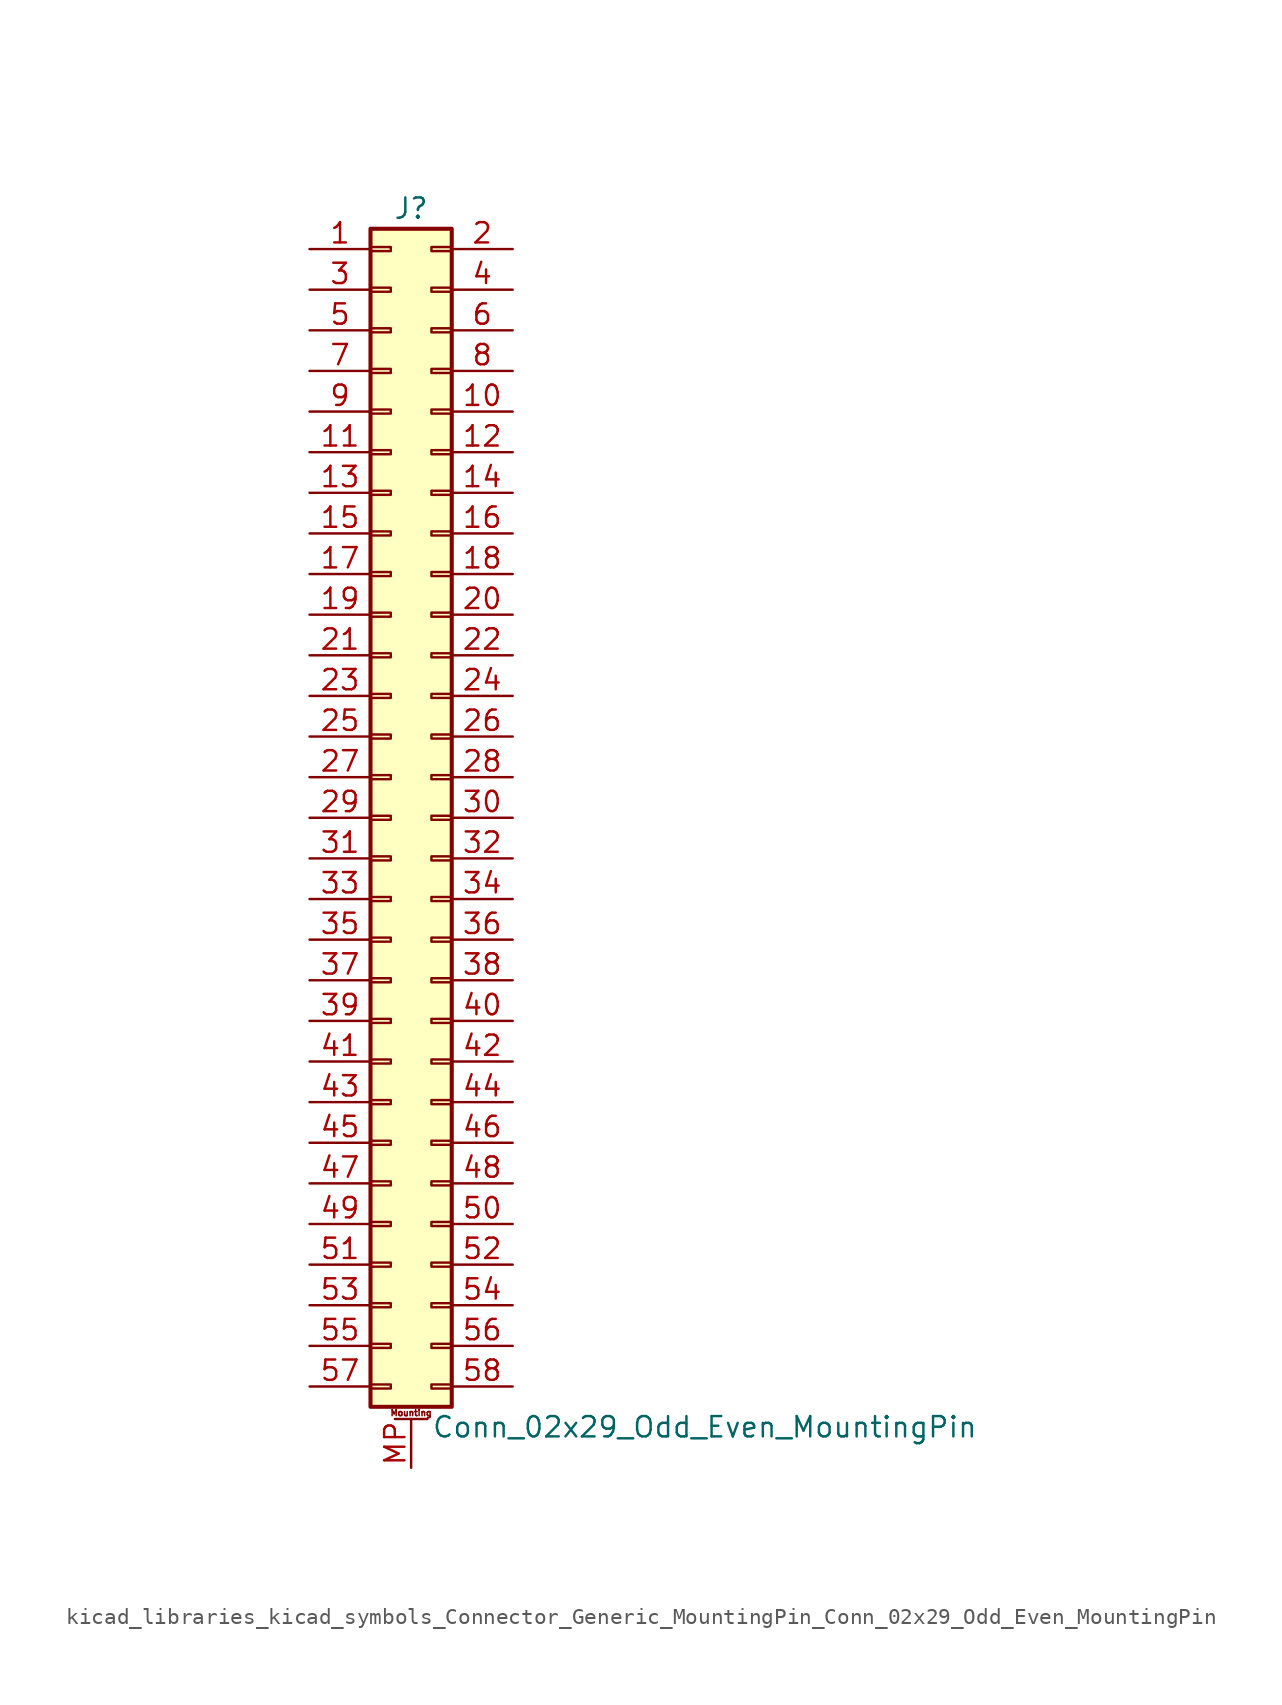
<source format=kicad_sym>
(kicad_symbol_lib
  (version 20220914)
  (generator kicad_symbol_editor)
  (symbol "kicad_libraries_kicad_symbols_Connector_Generic_MountingPin_Conn_02x29_Odd_Even_MountingPin"
    (pin_names
      (offset 1.016) hide)
    (property "Reference" "J"
      (at 1.27 38.1 0)
      (effects (font (size 1.27 1.27))))
    (property "Value" "Conn_02x29_Odd_Even_MountingPin"
      (at 2.54 -38.1 0)
      (effects (font (size 1.27 1.27)) (justify left)))
    (symbol "kicad_libraries_kicad_symbols_Connector_Generic_MountingPin_Conn_02x29_Odd_Even_MountingPin_1_1"
      (rectangle (start -1.27 -35.433) (end 0 -35.687) (stroke (width 0.152) (type default)) (fill (type none)))
      (rectangle (start -1.27 -32.893) (end 0 -33.147) (stroke (width 0.152) (type default)) (fill (type none)))
      (rectangle (start -1.27 -30.353) (end 0 -30.607) (stroke (width 0.152) (type default)) (fill (type none)))
      (rectangle (start -1.27 -27.813) (end 0 -28.067) (stroke (width 0.152) (type default)) (fill (type none)))
      (rectangle (start -1.27 -25.273) (end 0 -25.527) (stroke (width 0.152) (type default)) (fill (type none)))
      (rectangle (start -1.27 -22.733) (end 0 -22.987) (stroke (width 0.152) (type default)) (fill (type none)))
      (rectangle (start -1.27 -20.193) (end 0 -20.447) (stroke (width 0.152) (type default)) (fill (type none)))
      (rectangle (start -1.27 -17.653) (end 0 -17.907) (stroke (width 0.152) (type default)) (fill (type none)))
      (rectangle (start -1.27 -15.113) (end 0 -15.367) (stroke (width 0.152) (type default)) (fill (type none)))
      (rectangle (start -1.27 -12.573) (end 0 -12.827) (stroke (width 0.152) (type default)) (fill (type none)))
      (rectangle (start -1.27 -10.033) (end 0 -10.287) (stroke (width 0.152) (type default)) (fill (type none)))
      (rectangle (start -1.27 -7.493) (end 0 -7.747) (stroke (width 0.152) (type default)) (fill (type none)))
      (rectangle (start -1.27 -4.953) (end 0 -5.207) (stroke (width 0.152) (type default)) (fill (type none)))
      (rectangle (start -1.27 -2.413) (end 0 -2.667) (stroke (width 0.152) (type default)) (fill (type none)))
      (rectangle (start -1.27 0.127) (end 0 -0.127) (stroke (width 0.152) (type default)) (fill (type none)))
      (rectangle (start -1.27 2.667) (end 0 2.413) (stroke (width 0.152) (type default)) (fill (type none)))
      (rectangle (start -1.27 5.207) (end 0 4.953) (stroke (width 0.152) (type default)) (fill (type none)))
      (rectangle (start -1.27 7.747) (end 0 7.493) (stroke (width 0.152) (type default)) (fill (type none)))
      (rectangle (start -1.27 10.287) (end 0 10.033) (stroke (width 0.152) (type default)) (fill (type none)))
      (rectangle (start -1.27 12.827) (end 0 12.573) (stroke (width 0.152) (type default)) (fill (type none)))
      (rectangle (start -1.27 15.367) (end 0 15.113) (stroke (width 0.152) (type default)) (fill (type none)))
      (rectangle (start -1.27 17.907) (end 0 17.653) (stroke (width 0.152) (type default)) (fill (type none)))
      (rectangle (start -1.27 20.447) (end 0 20.193) (stroke (width 0.152) (type default)) (fill (type none)))
      (rectangle (start -1.27 22.987) (end 0 22.733) (stroke (width 0.152) (type default)) (fill (type none)))
      (rectangle (start -1.27 25.527) (end 0 25.273) (stroke (width 0.152) (type default)) (fill (type none)))
      (rectangle (start -1.27 28.067) (end 0 27.813) (stroke (width 0.152) (type default)) (fill (type none)))
      (rectangle (start -1.27 30.607) (end 0 30.353) (stroke (width 0.152) (type default)) (fill (type none)))
      (rectangle (start -1.27 33.147) (end 0 32.893) (stroke (width 0.152) (type default)) (fill (type none)))
      (rectangle (start -1.27 35.687) (end 0 35.433) (stroke (width 0.152) (type default)) (fill (type none)))
      (rectangle (start -1.27 36.83) (end 3.81 -36.83) (stroke (width 0.254) (type default)) (fill (type background)))
      (polyline (pts (xy 0.254 -37.592) (xy 2.286 -37.592)) (stroke (width 0.152) (type default)) (fill (type none)))
      (rectangle (start 3.81 -35.433) (end 2.54 -35.687) (stroke (width 0.152) (type default)) (fill (type none)))
      (rectangle (start 3.81 -32.893) (end 2.54 -33.147) (stroke (width 0.152) (type default)) (fill (type none)))
      (rectangle (start 3.81 -30.353) (end 2.54 -30.607) (stroke (width 0.152) (type default)) (fill (type none)))
      (rectangle (start 3.81 -27.813) (end 2.54 -28.067) (stroke (width 0.152) (type default)) (fill (type none)))
      (rectangle (start 3.81 -25.273) (end 2.54 -25.527) (stroke (width 0.152) (type default)) (fill (type none)))
      (rectangle (start 3.81 -22.733) (end 2.54 -22.987) (stroke (width 0.152) (type default)) (fill (type none)))
      (rectangle (start 3.81 -20.193) (end 2.54 -20.447) (stroke (width 0.152) (type default)) (fill (type none)))
      (rectangle (start 3.81 -17.653) (end 2.54 -17.907) (stroke (width 0.152) (type default)) (fill (type none)))
      (rectangle (start 3.81 -15.113) (end 2.54 -15.367) (stroke (width 0.152) (type default)) (fill (type none)))
      (rectangle (start 3.81 -12.573) (end 2.54 -12.827) (stroke (width 0.152) (type default)) (fill (type none)))
      (rectangle (start 3.81 -10.033) (end 2.54 -10.287) (stroke (width 0.152) (type default)) (fill (type none)))
      (rectangle (start 3.81 -7.493) (end 2.54 -7.747) (stroke (width 0.152) (type default)) (fill (type none)))
      (rectangle (start 3.81 -4.953) (end 2.54 -5.207) (stroke (width 0.152) (type default)) (fill (type none)))
      (rectangle (start 3.81 -2.413) (end 2.54 -2.667) (stroke (width 0.152) (type default)) (fill (type none)))
      (rectangle (start 3.81 0.127) (end 2.54 -0.127) (stroke (width 0.152) (type default)) (fill (type none)))
      (rectangle (start 3.81 2.667) (end 2.54 2.413) (stroke (width 0.152) (type default)) (fill (type none)))
      (rectangle (start 3.81 5.207) (end 2.54 4.953) (stroke (width 0.152) (type default)) (fill (type none)))
      (rectangle (start 3.81 7.747) (end 2.54 7.493) (stroke (width 0.152) (type default)) (fill (type none)))
      (rectangle (start 3.81 10.287) (end 2.54 10.033) (stroke (width 0.152) (type default)) (fill (type none)))
      (rectangle (start 3.81 12.827) (end 2.54 12.573) (stroke (width 0.152) (type default)) (fill (type none)))
      (rectangle (start 3.81 15.367) (end 2.54 15.113) (stroke (width 0.152) (type default)) (fill (type none)))
      (rectangle (start 3.81 17.907) (end 2.54 17.653) (stroke (width 0.152) (type default)) (fill (type none)))
      (rectangle (start 3.81 20.447) (end 2.54 20.193) (stroke (width 0.152) (type default)) (fill (type none)))
      (rectangle (start 3.81 22.987) (end 2.54 22.733) (stroke (width 0.152) (type default)) (fill (type none)))
      (rectangle (start 3.81 25.527) (end 2.54 25.273) (stroke (width 0.152) (type default)) (fill (type none)))
      (rectangle (start 3.81 28.067) (end 2.54 27.813) (stroke (width 0.152) (type default)) (fill (type none)))
      (rectangle (start 3.81 30.607) (end 2.54 30.353) (stroke (width 0.152) (type default)) (fill (type none)))
      (rectangle (start 3.81 33.147) (end 2.54 32.893) (stroke (width 0.152) (type default)) (fill (type none)))
      (rectangle (start 3.81 35.687) (end 2.54 35.433) (stroke (width 0.152) (type default)) (fill (type none)))
      (text "Mounting" (at 1.27 -37.211 0) (effects (font (size 0.381 0.381))))
      (pin passive line (at -5.08 35.56 0) (length 3.81) (name "Pin_1" (effects (font (size 1.27 1.27)))) (number "1" (effects (font (size 1.27 1.27)))))
      (pin passive line (at 7.62 25.4 180) (length 3.81) (name "Pin_10" (effects (font (size 1.27 1.27)))) (number "10" (effects (font (size 1.27 1.27)))))
      (pin passive line (at -5.08 22.86 0) (length 3.81) (name "Pin_11" (effects (font (size 1.27 1.27)))) (number "11" (effects (font (size 1.27 1.27)))))
      (pin passive line (at 7.62 22.86 180) (length 3.81) (name "Pin_12" (effects (font (size 1.27 1.27)))) (number "12" (effects (font (size 1.27 1.27)))))
      (pin passive line (at -5.08 20.32 0) (length 3.81) (name "Pin_13" (effects (font (size 1.27 1.27)))) (number "13" (effects (font (size 1.27 1.27)))))
      (pin passive line (at 7.62 20.32 180) (length 3.81) (name "Pin_14" (effects (font (size 1.27 1.27)))) (number "14" (effects (font (size 1.27 1.27)))))
      (pin passive line (at -5.08 17.78 0) (length 3.81) (name "Pin_15" (effects (font (size 1.27 1.27)))) (number "15" (effects (font (size 1.27 1.27)))))
      (pin passive line (at 7.62 17.78 180) (length 3.81) (name "Pin_16" (effects (font (size 1.27 1.27)))) (number "16" (effects (font (size 1.27 1.27)))))
      (pin passive line (at -5.08 15.24 0) (length 3.81) (name "Pin_17" (effects (font (size 1.27 1.27)))) (number "17" (effects (font (size 1.27 1.27)))))
      (pin passive line (at 7.62 15.24 180) (length 3.81) (name "Pin_18" (effects (font (size 1.27 1.27)))) (number "18" (effects (font (size 1.27 1.27)))))
      (pin passive line (at -5.08 12.7 0) (length 3.81) (name "Pin_19" (effects (font (size 1.27 1.27)))) (number "19" (effects (font (size 1.27 1.27)))))
      (pin passive line (at 7.62 35.56 180) (length 3.81) (name "Pin_2" (effects (font (size 1.27 1.27)))) (number "2" (effects (font (size 1.27 1.27)))))
      (pin passive line (at 7.62 12.7 180) (length 3.81) (name "Pin_20" (effects (font (size 1.27 1.27)))) (number "20" (effects (font (size 1.27 1.27)))))
      (pin passive line (at -5.08 10.16 0) (length 3.81) (name "Pin_21" (effects (font (size 1.27 1.27)))) (number "21" (effects (font (size 1.27 1.27)))))
      (pin passive line (at 7.62 10.16 180) (length 3.81) (name "Pin_22" (effects (font (size 1.27 1.27)))) (number "22" (effects (font (size 1.27 1.27)))))
      (pin passive line (at -5.08 7.62 0) (length 3.81) (name "Pin_23" (effects (font (size 1.27 1.27)))) (number "23" (effects (font (size 1.27 1.27)))))
      (pin passive line (at 7.62 7.62 180) (length 3.81) (name "Pin_24" (effects (font (size 1.27 1.27)))) (number "24" (effects (font (size 1.27 1.27)))))
      (pin passive line (at -5.08 5.08 0) (length 3.81) (name "Pin_25" (effects (font (size 1.27 1.27)))) (number "25" (effects (font (size 1.27 1.27)))))
      (pin passive line (at 7.62 5.08 180) (length 3.81) (name "Pin_26" (effects (font (size 1.27 1.27)))) (number "26" (effects (font (size 1.27 1.27)))))
      (pin passive line (at -5.08 2.54 0) (length 3.81) (name "Pin_27" (effects (font (size 1.27 1.27)))) (number "27" (effects (font (size 1.27 1.27)))))
      (pin passive line (at 7.62 2.54 180) (length 3.81) (name "Pin_28" (effects (font (size 1.27 1.27)))) (number "28" (effects (font (size 1.27 1.27)))))
      (pin passive line (at -5.08 0 0) (length 3.81) (name "Pin_29" (effects (font (size 1.27 1.27)))) (number "29" (effects (font (size 1.27 1.27)))))
      (pin passive line (at -5.08 33.02 0) (length 3.81) (name "Pin_3" (effects (font (size 1.27 1.27)))) (number "3" (effects (font (size 1.27 1.27)))))
      (pin passive line (at 7.62 0 180) (length 3.81) (name "Pin_30" (effects (font (size 1.27 1.27)))) (number "30" (effects (font (size 1.27 1.27)))))
      (pin passive line (at -5.08 -2.54 0) (length 3.81) (name "Pin_31" (effects (font (size 1.27 1.27)))) (number "31" (effects (font (size 1.27 1.27)))))
      (pin passive line (at 7.62 -2.54 180) (length 3.81) (name "Pin_32" (effects (font (size 1.27 1.27)))) (number "32" (effects (font (size 1.27 1.27)))))
      (pin passive line (at -5.08 -5.08 0) (length 3.81) (name "Pin_33" (effects (font (size 1.27 1.27)))) (number "33" (effects (font (size 1.27 1.27)))))
      (pin passive line (at 7.62 -5.08 180) (length 3.81) (name "Pin_34" (effects (font (size 1.27 1.27)))) (number "34" (effects (font (size 1.27 1.27)))))
      (pin passive line (at -5.08 -7.62 0) (length 3.81) (name "Pin_35" (effects (font (size 1.27 1.27)))) (number "35" (effects (font (size 1.27 1.27)))))
      (pin passive line (at 7.62 -7.62 180) (length 3.81) (name "Pin_36" (effects (font (size 1.27 1.27)))) (number "36" (effects (font (size 1.27 1.27)))))
      (pin passive line (at -5.08 -10.16 0) (length 3.81) (name "Pin_37" (effects (font (size 1.27 1.27)))) (number "37" (effects (font (size 1.27 1.27)))))
      (pin passive line (at 7.62 -10.16 180) (length 3.81) (name "Pin_38" (effects (font (size 1.27 1.27)))) (number "38" (effects (font (size 1.27 1.27)))))
      (pin passive line (at -5.08 -12.7 0) (length 3.81) (name "Pin_39" (effects (font (size 1.27 1.27)))) (number "39" (effects (font (size 1.27 1.27)))))
      (pin passive line (at 7.62 33.02 180) (length 3.81) (name "Pin_4" (effects (font (size 1.27 1.27)))) (number "4" (effects (font (size 1.27 1.27)))))
      (pin passive line (at 7.62 -12.7 180) (length 3.81) (name "Pin_40" (effects (font (size 1.27 1.27)))) (number "40" (effects (font (size 1.27 1.27)))))
      (pin passive line (at -5.08 -15.24 0) (length 3.81) (name "Pin_41" (effects (font (size 1.27 1.27)))) (number "41" (effects (font (size 1.27 1.27)))))
      (pin passive line (at 7.62 -15.24 180) (length 3.81) (name "Pin_42" (effects (font (size 1.27 1.27)))) (number "42" (effects (font (size 1.27 1.27)))))
      (pin passive line (at -5.08 -17.78 0) (length 3.81) (name "Pin_43" (effects (font (size 1.27 1.27)))) (number "43" (effects (font (size 1.27 1.27)))))
      (pin passive line (at 7.62 -17.78 180) (length 3.81) (name "Pin_44" (effects (font (size 1.27 1.27)))) (number "44" (effects (font (size 1.27 1.27)))))
      (pin passive line (at -5.08 -20.32 0) (length 3.81) (name "Pin_45" (effects (font (size 1.27 1.27)))) (number "45" (effects (font (size 1.27 1.27)))))
      (pin passive line (at 7.62 -20.32 180) (length 3.81) (name "Pin_46" (effects (font (size 1.27 1.27)))) (number "46" (effects (font (size 1.27 1.27)))))
      (pin passive line (at -5.08 -22.86 0) (length 3.81) (name "Pin_47" (effects (font (size 1.27 1.27)))) (number "47" (effects (font (size 1.27 1.27)))))
      (pin passive line (at 7.62 -22.86 180) (length 3.81) (name "Pin_48" (effects (font (size 1.27 1.27)))) (number "48" (effects (font (size 1.27 1.27)))))
      (pin passive line (at -5.08 -25.4 0) (length 3.81) (name "Pin_49" (effects (font (size 1.27 1.27)))) (number "49" (effects (font (size 1.27 1.27)))))
      (pin passive line (at -5.08 30.48 0) (length 3.81) (name "Pin_5" (effects (font (size 1.27 1.27)))) (number "5" (effects (font (size 1.27 1.27)))))
      (pin passive line (at 7.62 -25.4 180) (length 3.81) (name "Pin_50" (effects (font (size 1.27 1.27)))) (number "50" (effects (font (size 1.27 1.27)))))
      (pin passive line (at -5.08 -27.94 0) (length 3.81) (name "Pin_51" (effects (font (size 1.27 1.27)))) (number "51" (effects (font (size 1.27 1.27)))))
      (pin passive line (at 7.62 -27.94 180) (length 3.81) (name "Pin_52" (effects (font (size 1.27 1.27)))) (number "52" (effects (font (size 1.27 1.27)))))
      (pin passive line (at -5.08 -30.48 0) (length 3.81) (name "Pin_53" (effects (font (size 1.27 1.27)))) (number "53" (effects (font (size 1.27 1.27)))))
      (pin passive line (at 7.62 -30.48 180) (length 3.81) (name "Pin_54" (effects (font (size 1.27 1.27)))) (number "54" (effects (font (size 1.27 1.27)))))
      (pin passive line (at -5.08 -33.02 0) (length 3.81) (name "Pin_55" (effects (font (size 1.27 1.27)))) (number "55" (effects (font (size 1.27 1.27)))))
      (pin passive line (at 7.62 -33.02 180) (length 3.81) (name "Pin_56" (effects (font (size 1.27 1.27)))) (number "56" (effects (font (size 1.27 1.27)))))
      (pin passive line (at -5.08 -35.56 0) (length 3.81) (name "Pin_57" (effects (font (size 1.27 1.27)))) (number "57" (effects (font (size 1.27 1.27)))))
      (pin passive line (at 7.62 -35.56 180) (length 3.81) (name "Pin_58" (effects (font (size 1.27 1.27)))) (number "58" (effects (font (size 1.27 1.27)))))
      (pin passive line (at 7.62 30.48 180) (length 3.81) (name "Pin_6" (effects (font (size 1.27 1.27)))) (number "6" (effects (font (size 1.27 1.27)))))
      (pin passive line (at -5.08 27.94 0) (length 3.81) (name "Pin_7" (effects (font (size 1.27 1.27)))) (number "7" (effects (font (size 1.27 1.27)))))
      (pin passive line (at 7.62 27.94 180) (length 3.81) (name "Pin_8" (effects (font (size 1.27 1.27)))) (number "8" (effects (font (size 1.27 1.27)))))
      (pin passive line (at -5.08 25.4 0) (length 3.81) (name "Pin_9" (effects (font (size 1.27 1.27)))) (number "9" (effects (font (size 1.27 1.27)))))
      (pin passive line (at 1.27 -40.64 90) (length 3.048) (name "MountPin" (effects (font (size 1.27 1.27)))) (number "MP" (effects (font (size 1.27 1.27))))))))
</source>
